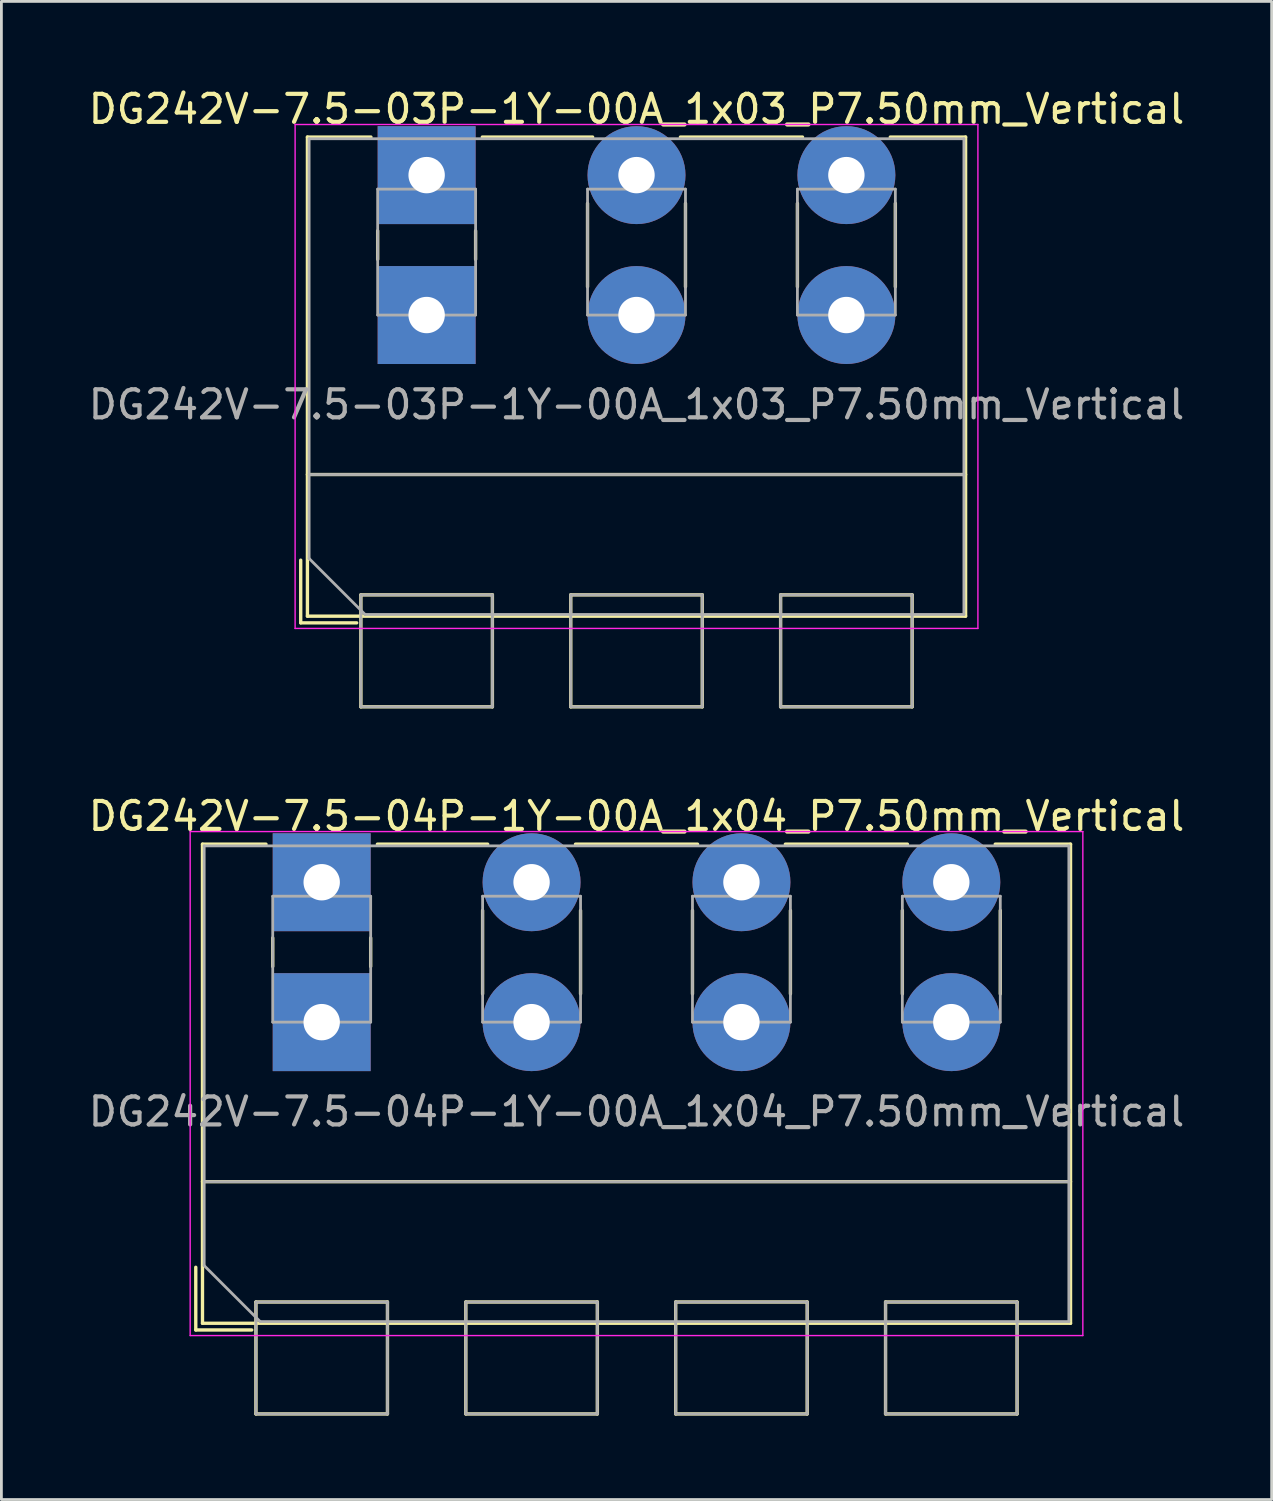
<source format=kicad_pcb>
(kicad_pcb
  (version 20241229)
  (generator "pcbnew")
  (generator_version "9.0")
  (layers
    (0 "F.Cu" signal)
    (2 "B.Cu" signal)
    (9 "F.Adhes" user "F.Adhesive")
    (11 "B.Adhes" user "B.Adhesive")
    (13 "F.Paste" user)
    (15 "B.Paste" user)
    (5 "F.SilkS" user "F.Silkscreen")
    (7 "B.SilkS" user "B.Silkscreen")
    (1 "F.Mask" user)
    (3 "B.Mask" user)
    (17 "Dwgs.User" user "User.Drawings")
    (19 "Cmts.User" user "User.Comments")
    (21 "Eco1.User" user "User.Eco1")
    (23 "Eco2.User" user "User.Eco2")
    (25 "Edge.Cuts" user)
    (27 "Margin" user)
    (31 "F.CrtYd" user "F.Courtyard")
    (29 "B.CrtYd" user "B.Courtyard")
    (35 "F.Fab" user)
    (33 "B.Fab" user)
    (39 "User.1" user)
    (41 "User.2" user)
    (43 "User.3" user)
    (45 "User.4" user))
  (footprint "DG242V-7.5-03P-1Y-00A_1x03_P7.50mm_Vertical"
    (layer "F.Cu")
    (at 12.196 8.208)
    (property "Reference" "DG242V-7.5-03P-1Y-00A_1x03_P7.50mm_Vertical" (at 7.5 -7.36 0) (layer "F.SilkS") (effects (font (size 1 1) (thickness 0.15))))
    (attr through_hole)
    (fp_line (start -4.5 8.76) (end -4.5 11) (stroke (width 0.12) (type solid)) (layer "F.SilkS"))
    (fp_line (start -4.5 11) (end -2.5 11) (stroke (width 0.12) (type solid)) (layer "F.SilkS"))
    (fp_line (start -4.26 -6.36) (end -4.26 10.761) (stroke (width 0.12) (type solid)) (layer "F.SilkS"))
    (fp_line (start -4.26 -6.36) (end -1.99 -6.36) (stroke (width 0.12) (type solid)) (layer "F.SilkS"))
    (fp_line (start -4.26 5.7) (end 19.26 5.7) (stroke (width 0.12) (type solid)) (layer "F.SilkS"))
    (fp_line (start -4.26 10.761) (end 19.26 10.761) (stroke (width 0.12) (type solid)) (layer "F.SilkS"))
    (fp_line (start -2.35 10) (end -2.35 14) (stroke (width 0.12) (type solid)) (layer "F.SilkS"))
    (fp_line (start -2.35 10) (end 2.35 10) (stroke (width 0.12) (type solid)) (layer "F.SilkS"))
    (fp_line (start -2.35 14) (end 2.35 14) (stroke (width 0.12) (type solid)) (layer "F.SilkS"))
    (fp_line (start -1.75 -3.01) (end -1.75 -1.99) (stroke (width 0.12) (type solid)) (layer "F.SilkS"))
    (fp_line (start 1.75 -3.01) (end 1.75 -1.99) (stroke (width 0.12) (type solid)) (layer "F.SilkS"))
    (fp_line (start 1.99 -6.36) (end 5.932 -6.36) (stroke (width 0.12) (type solid)) (layer "F.SilkS"))
    (fp_line (start 2.35 10) (end 2.35 14) (stroke (width 0.12) (type solid)) (layer "F.SilkS"))
    (fp_line (start 5.15 10) (end 5.15 14) (stroke (width 0.12) (type solid)) (layer "F.SilkS"))
    (fp_line (start 5.15 10) (end 9.851 10) (stroke (width 0.12) (type solid)) (layer "F.SilkS"))
    (fp_line (start 5.15 14) (end 9.851 14) (stroke (width 0.12) (type solid)) (layer "F.SilkS"))
    (fp_line (start 5.75 -3.99) (end 5.75 -1.01) (stroke (width 0.12) (type solid)) (layer "F.SilkS"))
    (fp_line (start 9.069 -6.36) (end 13.432 -6.36) (stroke (width 0.12) (type solid)) (layer "F.SilkS"))
    (fp_line (start 9.25 -3.99) (end 9.25 -1.01) (stroke (width 0.12) (type solid)) (layer "F.SilkS"))
    (fp_line (start 9.851 10) (end 9.851 14) (stroke (width 0.12) (type solid)) (layer "F.SilkS"))
    (fp_line (start 12.65 10) (end 12.65 14) (stroke (width 0.12) (type solid)) (layer "F.SilkS"))
    (fp_line (start 12.65 10) (end 17.35 10) (stroke (width 0.12) (type solid)) (layer "F.SilkS"))
    (fp_line (start 12.65 14) (end 17.35 14) (stroke (width 0.12) (type solid)) (layer "F.SilkS"))
    (fp_line (start 13.25 -3.99) (end 13.25 -1.01) (stroke (width 0.12) (type solid)) (layer "F.SilkS"))
    (fp_line (start 16.569 -6.36) (end 19.26 -6.36) (stroke (width 0.12) (type solid)) (layer "F.SilkS"))
    (fp_line (start 16.75 -3.99) (end 16.75 -1.01) (stroke (width 0.12) (type solid)) (layer "F.SilkS"))
    (fp_line (start 17.35 10) (end 17.35 14) (stroke (width 0.12) (type solid)) (layer "F.SilkS"))
    (fp_line (start 19.26 -6.36) (end 19.26 10.761) (stroke (width 0.12) (type solid)) (layer "F.SilkS"))
    (fp_line (start -4.7 -6.81) (end -4.7 11.2) (stroke (width 0.05) (type solid)) (layer "F.CrtYd"))
    (fp_line (start -4.7 11.2) (end 19.7 11.2) (stroke (width 0.05) (type solid)) (layer "F.CrtYd"))
    (fp_line (start 19.7 -6.81) (end -4.7 -6.81) (stroke (width 0.05) (type solid)) (layer "F.CrtYd"))
    (fp_line (start 19.7 11.2) (end 19.7 -6.81) (stroke (width 0.05) (type solid)) (layer "F.CrtYd"))
    (fp_line (start -4.2 -6.3) (end 19.2 -6.3) (stroke (width 0.1) (type solid)) (layer "F.Fab"))
    (fp_line (start -4.2 5.7) (end 19.2 5.7) (stroke (width 0.1) (type solid)) (layer "F.Fab"))
    (fp_line (start -4.2 8.7) (end -4.2 -6.3) (stroke (width 0.1) (type solid)) (layer "F.Fab"))
    (fp_line (start -2.35 10) (end -2.35 14) (stroke (width 0.1) (type solid)) (layer "F.Fab"))
    (fp_line (start -2.35 14) (end 2.35 14) (stroke (width 0.1) (type solid)) (layer "F.Fab"))
    (fp_line (start -2.2 10.7) (end -4.2 8.7) (stroke (width 0.1) (type solid)) (layer "F.Fab"))
    (fp_line (start -1.75 -4.5) (end -1.75 0) (stroke (width 0.1) (type solid)) (layer "F.Fab"))
    (fp_line (start -1.75 0) (end 1.75 0) (stroke (width 0.1) (type solid)) (layer "F.Fab"))
    (fp_line (start 1.75 -4.5) (end -1.75 -4.5) (stroke (width 0.1) (type solid)) (layer "F.Fab"))
    (fp_line (start 1.75 0) (end 1.75 -4.5) (stroke (width 0.1) (type solid)) (layer "F.Fab"))
    (fp_line (start 2.35 10) (end -2.35 10) (stroke (width 0.1) (type solid)) (layer "F.Fab"))
    (fp_line (start 2.35 14) (end 2.35 10) (stroke (width 0.1) (type solid)) (layer "F.Fab"))
    (fp_line (start 5.15 10) (end 5.15 14) (stroke (width 0.1) (type solid)) (layer "F.Fab"))
    (fp_line (start 5.15 14) (end 9.85 14) (stroke (width 0.1) (type solid)) (layer "F.Fab"))
    (fp_line (start 5.75 -4.5) (end 5.75 0) (stroke (width 0.1) (type solid)) (layer "F.Fab"))
    (fp_line (start 5.75 0) (end 9.25 0) (stroke (width 0.1) (type solid)) (layer "F.Fab"))
    (fp_line (start 9.25 -4.5) (end 5.75 -4.5) (stroke (width 0.1) (type solid)) (layer "F.Fab"))
    (fp_line (start 9.25 0) (end 9.25 -4.5) (stroke (width 0.1) (type solid)) (layer "F.Fab"))
    (fp_line (start 9.85 10) (end 5.15 10) (stroke (width 0.1) (type solid)) (layer "F.Fab"))
    (fp_line (start 9.85 14) (end 9.85 10) (stroke (width 0.1) (type solid)) (layer "F.Fab"))
    (fp_line (start 12.65 10) (end 12.65 14) (stroke (width 0.1) (type solid)) (layer "F.Fab"))
    (fp_line (start 12.65 14) (end 17.35 14) (stroke (width 0.1) (type solid)) (layer "F.Fab"))
    (fp_line (start 13.25 -4.5) (end 13.25 0) (stroke (width 0.1) (type solid)) (layer "F.Fab"))
    (fp_line (start 13.25 0) (end 16.75 0) (stroke (width 0.1) (type solid)) (layer "F.Fab"))
    (fp_line (start 16.75 -4.5) (end 13.25 -4.5) (stroke (width 0.1) (type solid)) (layer "F.Fab"))
    (fp_line (start 16.75 0) (end 16.75 -4.5) (stroke (width 0.1) (type solid)) (layer "F.Fab"))
    (fp_line (start 17.35 10) (end 12.65 10) (stroke (width 0.1) (type solid)) (layer "F.Fab"))
    (fp_line (start 17.35 14) (end 17.35 10) (stroke (width 0.1) (type solid)) (layer "F.Fab"))
    (fp_line (start 19.2 -6.3) (end 19.2 10.7) (stroke (width 0.1) (type solid)) (layer "F.Fab"))
    (fp_line (start 19.2 10.7) (end -2.2 10.7) (stroke (width 0.1) (type solid)) (layer "F.Fab"))
    (fp_text user "${REFERENCE}" (at 7.5 3.2 0) (layer "F.Fab") (effects (font (size 1 1) (thickness 0.15))))
    (pad "1" thru_hole rect (at 0 -5) (size 3.5 3.5) (drill 1.3) (layers "*.Cu" "*.Mask"))
    (pad "1" thru_hole rect (at 0 0) (size 3.5 3.5) (drill 1.3) (layers "*.Cu" "*.Mask"))
    (pad "2" thru_hole circle (at 7.5 -5) (size 3.5 3.5) (drill 1.3) (layers "*.Cu" "*.Mask"))
    (pad "2" thru_hole circle (at 7.5 0) (size 3.5 3.5) (drill 1.3) (layers "*.Cu" "*.Mask"))
    (pad "3" thru_hole circle (at 15 -5) (size 3.5 3.5) (drill 1.3) (layers "*.Cu" "*.Mask"))
    (pad "3" thru_hole circle (at 15 0) (size 3.5 3.5) (drill 1.3) (layers "*.Cu" "*.Mask")))
  (footprint "DG242V-7.5-04P-1Y-00A_1x04_P7.50mm_Vertical"
    (layer "F.Cu")
    (at 8.446 33.477)
    (property "Reference" "DG242V-7.5-04P-1Y-00A_1x04_P7.50mm_Vertical" (at 11.25 -7.36 0) (layer "F.SilkS") (effects (font (size 1 1) (thickness 0.15))))
    (attr through_hole)
    (fp_line (start -4.5 8.76) (end -4.5 11) (stroke (width 0.12) (type solid)) (layer "F.SilkS"))
    (fp_line (start -4.5 11) (end -2.5 11) (stroke (width 0.12) (type solid)) (layer "F.SilkS"))
    (fp_line (start -4.26 -6.36) (end -4.26 10.761) (stroke (width 0.12) (type solid)) (layer "F.SilkS"))
    (fp_line (start -4.26 -6.36) (end -1.99 -6.36) (stroke (width 0.12) (type solid)) (layer "F.SilkS"))
    (fp_line (start -4.26 5.7) (end 26.76 5.7) (stroke (width 0.12) (type solid)) (layer "F.SilkS"))
    (fp_line (start -4.26 10.761) (end 26.76 10.761) (stroke (width 0.12) (type solid)) (layer "F.SilkS"))
    (fp_line (start -2.35 10) (end -2.35 14) (stroke (width 0.12) (type solid)) (layer "F.SilkS"))
    (fp_line (start -2.35 10) (end 2.35 10) (stroke (width 0.12) (type solid)) (layer "F.SilkS"))
    (fp_line (start -2.35 14) (end 2.35 14) (stroke (width 0.12) (type solid)) (layer "F.SilkS"))
    (fp_line (start -1.75 -3.01) (end -1.75 -1.99) (stroke (width 0.12) (type solid)) (layer "F.SilkS"))
    (fp_line (start 1.75 -3.01) (end 1.75 -1.99) (stroke (width 0.12) (type solid)) (layer "F.SilkS"))
    (fp_line (start 1.99 -6.36) (end 5.932 -6.36) (stroke (width 0.12) (type solid)) (layer "F.SilkS"))
    (fp_line (start 2.35 10) (end 2.35 14) (stroke (width 0.12) (type solid)) (layer "F.SilkS"))
    (fp_line (start 5.15 10) (end 5.15 14) (stroke (width 0.12) (type solid)) (layer "F.SilkS"))
    (fp_line (start 5.15 10) (end 9.851 10) (stroke (width 0.12) (type solid)) (layer "F.SilkS"))
    (fp_line (start 5.15 14) (end 9.851 14) (stroke (width 0.12) (type solid)) (layer "F.SilkS"))
    (fp_line (start 5.75 -3.99) (end 5.75 -1.01) (stroke (width 0.12) (type solid)) (layer "F.SilkS"))
    (fp_line (start 9.069 -6.36) (end 13.432 -6.36) (stroke (width 0.12) (type solid)) (layer "F.SilkS"))
    (fp_line (start 9.25 -3.99) (end 9.25 -1.01) (stroke (width 0.12) (type solid)) (layer "F.SilkS"))
    (fp_line (start 9.851 10) (end 9.851 14) (stroke (width 0.12) (type solid)) (layer "F.SilkS"))
    (fp_line (start 12.65 10) (end 12.65 14) (stroke (width 0.12) (type solid)) (layer "F.SilkS"))
    (fp_line (start 12.65 10) (end 17.35 10) (stroke (width 0.12) (type solid)) (layer "F.SilkS"))
    (fp_line (start 12.65 14) (end 17.35 14) (stroke (width 0.12) (type solid)) (layer "F.SilkS"))
    (fp_line (start 13.25 -3.99) (end 13.25 -1.01) (stroke (width 0.12) (type solid)) (layer "F.SilkS"))
    (fp_line (start 16.569 -6.36) (end 20.932 -6.36) (stroke (width 0.12) (type solid)) (layer "F.SilkS"))
    (fp_line (start 16.75 -3.99) (end 16.75 -1.01) (stroke (width 0.12) (type solid)) (layer "F.SilkS"))
    (fp_line (start 17.35 10) (end 17.35 14) (stroke (width 0.12) (type solid)) (layer "F.SilkS"))
    (fp_line (start 20.15 10) (end 20.15 14) (stroke (width 0.12) (type solid)) (layer "F.SilkS"))
    (fp_line (start 20.15 10) (end 24.85 10) (stroke (width 0.12) (type solid)) (layer "F.SilkS"))
    (fp_line (start 20.15 14) (end 24.85 14) (stroke (width 0.12) (type solid)) (layer "F.SilkS"))
    (fp_line (start 20.75 -3.99) (end 20.75 -1.01) (stroke (width 0.12) (type solid)) (layer "F.SilkS"))
    (fp_line (start 24.069 -6.36) (end 26.76 -6.36) (stroke (width 0.12) (type solid)) (layer "F.SilkS"))
    (fp_line (start 24.25 -3.99) (end 24.25 -1.01) (stroke (width 0.12) (type solid)) (layer "F.SilkS"))
    (fp_line (start 24.85 10) (end 24.85 14) (stroke (width 0.12) (type solid)) (layer "F.SilkS"))
    (fp_line (start 26.76 -6.36) (end 26.76 10.761) (stroke (width 0.12) (type solid)) (layer "F.SilkS"))
    (fp_line (start -4.7 -6.81) (end -4.7 11.2) (stroke (width 0.05) (type solid)) (layer "F.CrtYd"))
    (fp_line (start -4.7 11.2) (end 27.2 11.2) (stroke (width 0.05) (type solid)) (layer "F.CrtYd"))
    (fp_line (start 27.2 -6.81) (end -4.7 -6.81) (stroke (width 0.05) (type solid)) (layer "F.CrtYd"))
    (fp_line (start 27.2 11.2) (end 27.2 -6.81) (stroke (width 0.05) (type solid)) (layer "F.CrtYd"))
    (fp_line (start -4.2 -6.3) (end 26.7 -6.3) (stroke (width 0.1) (type solid)) (layer "F.Fab"))
    (fp_line (start -4.2 5.7) (end 26.7 5.7) (stroke (width 0.1) (type solid)) (layer "F.Fab"))
    (fp_line (start -4.2 8.7) (end -4.2 -6.3) (stroke (width 0.1) (type solid)) (layer "F.Fab"))
    (fp_line (start -2.35 10) (end -2.35 14) (stroke (width 0.1) (type solid)) (layer "F.Fab"))
    (fp_line (start -2.35 14) (end 2.35 14) (stroke (width 0.1) (type solid)) (layer "F.Fab"))
    (fp_line (start -2.2 10.7) (end -4.2 8.7) (stroke (width 0.1) (type solid)) (layer "F.Fab"))
    (fp_line (start -1.75 -4.5) (end -1.75 0) (stroke (width 0.1) (type solid)) (layer "F.Fab"))
    (fp_line (start -1.75 0) (end 1.75 0) (stroke (width 0.1) (type solid)) (layer "F.Fab"))
    (fp_line (start 1.75 -4.5) (end -1.75 -4.5) (stroke (width 0.1) (type solid)) (layer "F.Fab"))
    (fp_line (start 1.75 0) (end 1.75 -4.5) (stroke (width 0.1) (type solid)) (layer "F.Fab"))
    (fp_line (start 2.35 10) (end -2.35 10) (stroke (width 0.1) (type solid)) (layer "F.Fab"))
    (fp_line (start 2.35 14) (end 2.35 10) (stroke (width 0.1) (type solid)) (layer "F.Fab"))
    (fp_line (start 5.15 10) (end 5.15 14) (stroke (width 0.1) (type solid)) (layer "F.Fab"))
    (fp_line (start 5.15 14) (end 9.85 14) (stroke (width 0.1) (type solid)) (layer "F.Fab"))
    (fp_line (start 5.75 -4.5) (end 5.75 0) (stroke (width 0.1) (type solid)) (layer "F.Fab"))
    (fp_line (start 5.75 0) (end 9.25 0) (stroke (width 0.1) (type solid)) (layer "F.Fab"))
    (fp_line (start 9.25 -4.5) (end 5.75 -4.5) (stroke (width 0.1) (type solid)) (layer "F.Fab"))
    (fp_line (start 9.25 0) (end 9.25 -4.5) (stroke (width 0.1) (type solid)) (layer "F.Fab"))
    (fp_line (start 9.85 10) (end 5.15 10) (stroke (width 0.1) (type solid)) (layer "F.Fab"))
    (fp_line (start 9.85 14) (end 9.85 10) (stroke (width 0.1) (type solid)) (layer "F.Fab"))
    (fp_line (start 12.65 10) (end 12.65 14) (stroke (width 0.1) (type solid)) (layer "F.Fab"))
    (fp_line (start 12.65 14) (end 17.35 14) (stroke (width 0.1) (type solid)) (layer "F.Fab"))
    (fp_line (start 13.25 -4.5) (end 13.25 0) (stroke (width 0.1) (type solid)) (layer "F.Fab"))
    (fp_line (start 13.25 0) (end 16.75 0) (stroke (width 0.1) (type solid)) (layer "F.Fab"))
    (fp_line (start 16.75 -4.5) (end 13.25 -4.5) (stroke (width 0.1) (type solid)) (layer "F.Fab"))
    (fp_line (start 16.75 0) (end 16.75 -4.5) (stroke (width 0.1) (type solid)) (layer "F.Fab"))
    (fp_line (start 17.35 10) (end 12.65 10) (stroke (width 0.1) (type solid)) (layer "F.Fab"))
    (fp_line (start 17.35 14) (end 17.35 10) (stroke (width 0.1) (type solid)) (layer "F.Fab"))
    (fp_line (start 20.15 10) (end 20.15 14) (stroke (width 0.1) (type solid)) (layer "F.Fab"))
    (fp_line (start 20.15 14) (end 24.85 14) (stroke (width 0.1) (type solid)) (layer "F.Fab"))
    (fp_line (start 20.75 -4.5) (end 20.75 0) (stroke (width 0.1) (type solid)) (layer "F.Fab"))
    (fp_line (start 20.75 0) (end 24.25 0) (stroke (width 0.1) (type solid)) (layer "F.Fab"))
    (fp_line (start 24.25 -4.5) (end 20.75 -4.5) (stroke (width 0.1) (type solid)) (layer "F.Fab"))
    (fp_line (start 24.25 0) (end 24.25 -4.5) (stroke (width 0.1) (type solid)) (layer "F.Fab"))
    (fp_line (start 24.85 10) (end 20.15 10) (stroke (width 0.1) (type solid)) (layer "F.Fab"))
    (fp_line (start 24.85 14) (end 24.85 10) (stroke (width 0.1) (type solid)) (layer "F.Fab"))
    (fp_line (start 26.7 -6.3) (end 26.7 10.7) (stroke (width 0.1) (type solid)) (layer "F.Fab"))
    (fp_line (start 26.7 10.7) (end -2.2 10.7) (stroke (width 0.1) (type solid)) (layer "F.Fab"))
    (fp_text user "${REFERENCE}" (at 11.25 3.2 0) (layer "F.Fab") (effects (font (size 1 1) (thickness 0.15))))
    (pad "1" thru_hole rect (at 0 -5) (size 3.5 3.5) (drill 1.3) (layers "*.Cu" "*.Mask"))
    (pad "1" thru_hole rect (at 0 0) (size 3.5 3.5) (drill 1.3) (layers "*.Cu" "*.Mask"))
    (pad "2" thru_hole circle (at 7.5 -5) (size 3.5 3.5) (drill 1.3) (layers "*.Cu" "*.Mask"))
    (pad "2" thru_hole circle (at 7.5 0) (size 3.5 3.5) (drill 1.3) (layers "*.Cu" "*.Mask"))
    (pad "3" thru_hole circle (at 15 -5) (size 3.5 3.5) (drill 1.3) (layers "*.Cu" "*.Mask"))
    (pad "3" thru_hole circle (at 15 0) (size 3.5 3.5) (drill 1.3) (layers "*.Cu" "*.Mask"))
    (pad "4" thru_hole circle (at 22.5 -5) (size 3.5 3.5) (drill 1.3) (layers "*.Cu" "*.Mask"))
    (pad "4" thru_hole circle (at 22.5 0) (size 3.5 3.5) (drill 1.3) (layers "*.Cu" "*.Mask")))
  (gr_rect
    (start -3 -3)
    (end 42.393 50.536)
    (stroke (width 0.1) (type default))
    (fill no)
    (layer "Edge.Cuts")))
</source>
